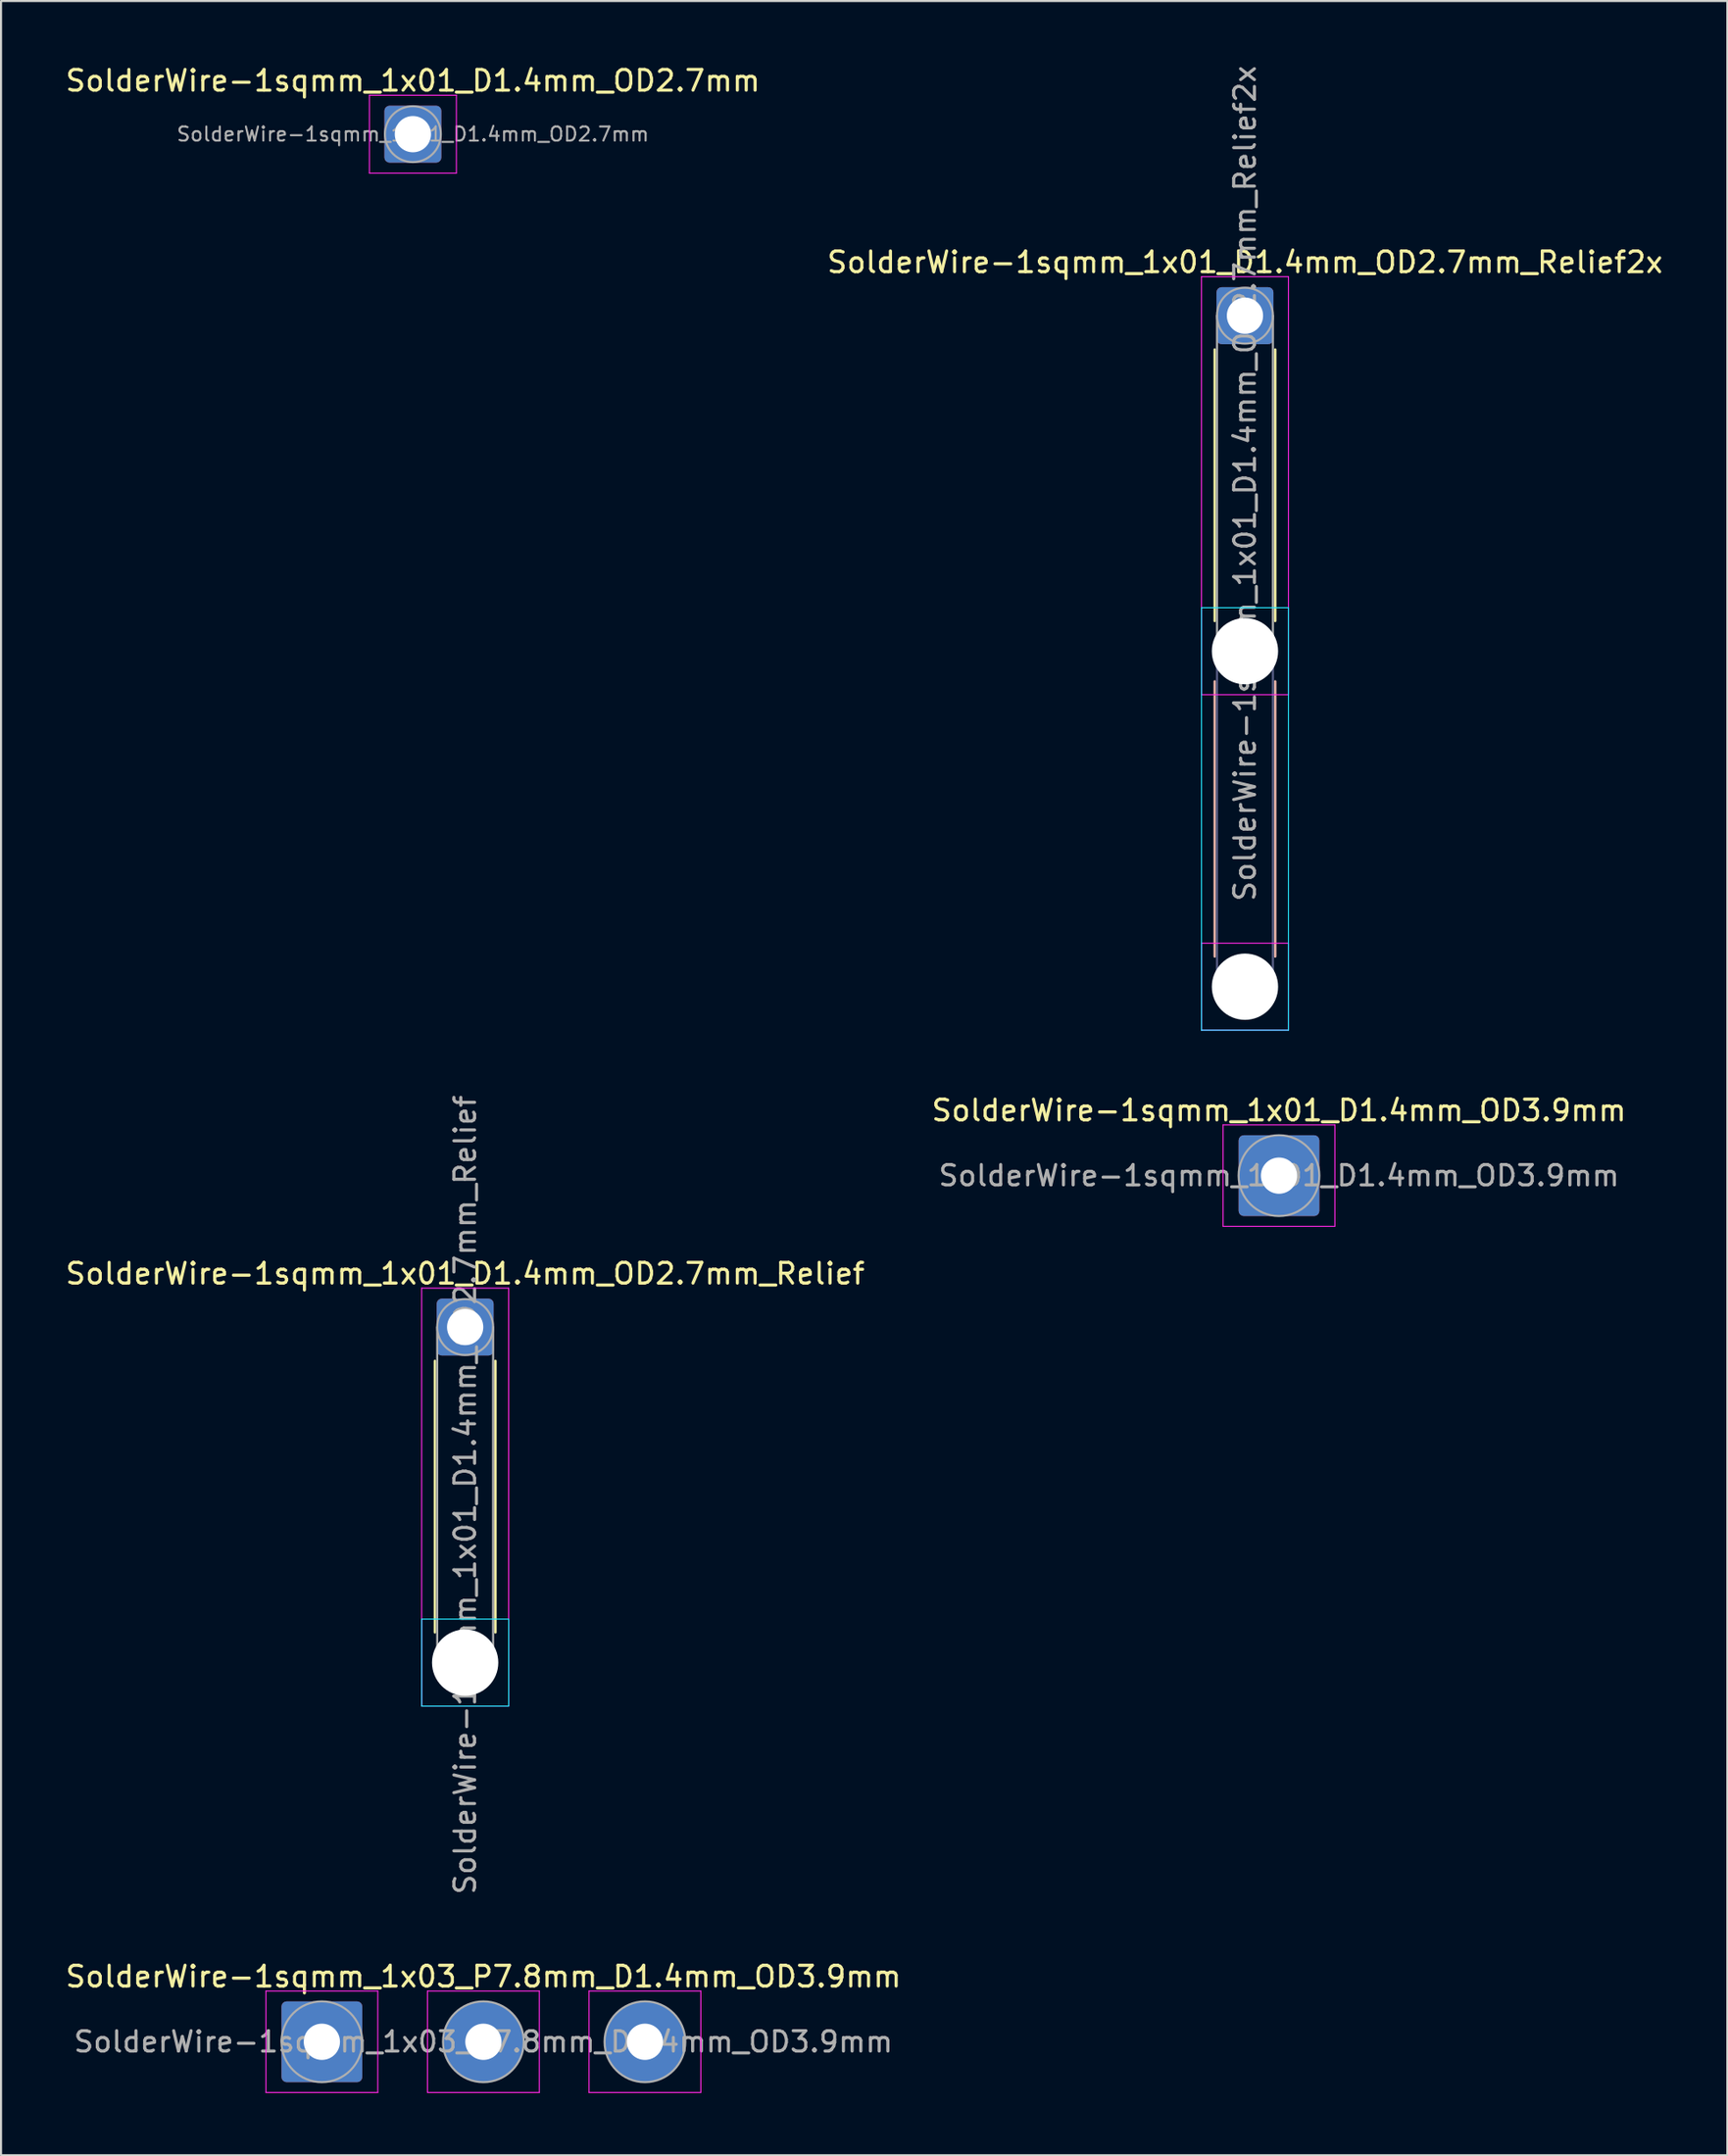
<source format=kicad_pcb>
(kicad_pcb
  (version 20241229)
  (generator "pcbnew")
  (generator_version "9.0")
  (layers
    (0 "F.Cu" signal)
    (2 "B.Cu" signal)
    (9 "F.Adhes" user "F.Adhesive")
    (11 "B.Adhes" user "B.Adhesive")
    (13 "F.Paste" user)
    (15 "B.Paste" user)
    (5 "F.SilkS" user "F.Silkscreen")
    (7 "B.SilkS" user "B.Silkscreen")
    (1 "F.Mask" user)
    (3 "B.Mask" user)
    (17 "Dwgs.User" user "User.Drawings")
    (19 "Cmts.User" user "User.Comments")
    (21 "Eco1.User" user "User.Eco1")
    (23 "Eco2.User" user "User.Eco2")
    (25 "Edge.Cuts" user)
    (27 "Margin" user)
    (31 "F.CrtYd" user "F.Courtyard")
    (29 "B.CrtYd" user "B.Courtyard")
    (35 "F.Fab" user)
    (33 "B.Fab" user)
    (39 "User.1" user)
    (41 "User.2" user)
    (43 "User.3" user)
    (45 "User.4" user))
  (footprint "SolderWire-1sqmm_1x01_D1.4mm_OD3.9mm"
    (layer "F.Cu")
    (at 58.708 53.715)
    (property "Reference" "SolderWire-1sqmm_1x01_D1.4mm_OD3.9mm" (at 0 -3.15 0) (layer "F.SilkS") (effects (font (size 1 1) (thickness 0.15))))
    (attr exclude_from_pos_files exclude_from_bom)
    (fp_line (start -2.7 -2.45) (end -2.7 2.45) (stroke (width 0.05) (type solid)) (layer "F.CrtYd"))
    (fp_line (start -2.7 2.45) (end 2.7 2.45) (stroke (width 0.05) (type solid)) (layer "F.CrtYd"))
    (fp_line (start 2.7 -2.45) (end -2.7 -2.45) (stroke (width 0.05) (type solid)) (layer "F.CrtYd"))
    (fp_line (start 2.7 2.45) (end 2.7 -2.45) (stroke (width 0.05) (type solid)) (layer "F.CrtYd"))
    (fp_circle (center 0 0) (end 1.95 0) (stroke (width 0.1) (type solid)) (fill no) (layer "F.Fab"))
    (fp_text user "${REFERENCE}" (at 0 0 0) (layer "F.Fab") (effects (font (size 0.98 0.98) (thickness 0.15))))
    (pad "1" thru_hole roundrect (at 0 0) (size 3.9 3.9) (drill 1.75) (layers "*.Cu" "*.Mask") (roundrect_rratio 0.064)))
  (footprint "SolderWire-1sqmm_1x03_P7.8mm_D1.4mm_OD3.9mm"
    (layer "F.Cu")
    (at 12.492 95.536)
    (property "Reference" "SolderWire-1sqmm_1x03_P7.8mm_D1.4mm_OD3.9mm" (at 7.8 -3.15 0) (layer "F.SilkS") (effects (font (size 1 1) (thickness 0.15))))
    (attr exclude_from_pos_files exclude_from_bom)
    (fp_line (start -2.7 -2.45) (end -2.7 2.45) (stroke (width 0.05) (type solid)) (layer "F.CrtYd"))
    (fp_line (start -2.7 2.45) (end 2.7 2.45) (stroke (width 0.05) (type solid)) (layer "F.CrtYd"))
    (fp_line (start 2.7 -2.45) (end -2.7 -2.45) (stroke (width 0.05) (type solid)) (layer "F.CrtYd"))
    (fp_line (start 2.7 2.45) (end 2.7 -2.45) (stroke (width 0.05) (type solid)) (layer "F.CrtYd"))
    (fp_line (start 5.1 -2.45) (end 5.1 2.45) (stroke (width 0.05) (type solid)) (layer "F.CrtYd"))
    (fp_line (start 5.1 2.45) (end 10.5 2.45) (stroke (width 0.05) (type solid)) (layer "F.CrtYd"))
    (fp_line (start 10.5 -2.45) (end 5.1 -2.45) (stroke (width 0.05) (type solid)) (layer "F.CrtYd"))
    (fp_line (start 10.5 2.45) (end 10.5 -2.45) (stroke (width 0.05) (type solid)) (layer "F.CrtYd"))
    (fp_line (start 12.9 -2.45) (end 12.9 2.45) (stroke (width 0.05) (type solid)) (layer "F.CrtYd"))
    (fp_line (start 12.9 2.45) (end 18.3 2.45) (stroke (width 0.05) (type solid)) (layer "F.CrtYd"))
    (fp_line (start 18.3 -2.45) (end 12.9 -2.45) (stroke (width 0.05) (type solid)) (layer "F.CrtYd"))
    (fp_line (start 18.3 2.45) (end 18.3 -2.45) (stroke (width 0.05) (type solid)) (layer "F.CrtYd"))
    (fp_circle (center 0 0) (end 1.95 0) (stroke (width 0.1) (type solid)) (fill no) (layer "F.Fab"))
    (fp_circle (center 7.8 0) (end 9.75 0) (stroke (width 0.1) (type solid)) (fill no) (layer "F.Fab"))
    (fp_circle (center 15.6 0) (end 17.55 0) (stroke (width 0.1) (type solid)) (fill no) (layer "F.Fab"))
    (fp_text user "${REFERENCE}" (at 7.8 0 0) (layer "F.Fab") (effects (font (size 0.98 0.98) (thickness 0.15))))
    (pad "1" thru_hole roundrect (at 0 0) (size 3.9 3.9) (drill 1.75) (layers "*.Cu" "*.Mask") (roundrect_rratio 0.064))
    (pad "2" thru_hole circle (at 7.8 0) (size 3.9 3.9) (drill 1.75) (layers "*.Cu" "*.Mask"))
    (pad "3" thru_hole circle (at 15.6 0) (size 3.9 3.9) (drill 1.75) (layers "*.Cu" "*.Mask")))
  (footprint "SolderWire-1sqmm_1x01_D1.4mm_OD2.7mm_Relief"
    (layer "F.Cu")
    (at 19.411 61.027)
    (property "Reference" "SolderWire-1sqmm_1x01_D1.4mm_OD2.7mm_Relief" (at 0 -2.58 0) (layer "F.SilkS") (effects (font (size 1 1) (thickness 0.15))))
    (attr exclude_from_pos_files exclude_from_bom)
    (fp_line (start -1.46 1.635) (end -1.46 14.74) (stroke (width 0.12) (type solid)) (layer "F.SilkS"))
    (fp_line (start 1.46 1.635) (end 1.46 14.74) (stroke (width 0.12) (type solid)) (layer "F.SilkS"))
    (fp_line (start -2.1 14.1) (end -2.1 18.3) (stroke (width 0.05) (type solid)) (layer "B.CrtYd"))
    (fp_line (start -2.1 18.3) (end 2.1 18.3) (stroke (width 0.05) (type solid)) (layer "B.CrtYd"))
    (fp_line (start 2.1 14.1) (end -2.1 14.1) (stroke (width 0.05) (type solid)) (layer "B.CrtYd"))
    (fp_line (start 2.1 18.3) (end 2.1 14.1) (stroke (width 0.05) (type solid)) (layer "B.CrtYd"))
    (fp_line (start -2.1 -1.88) (end -2.1 18.3) (stroke (width 0.05) (type solid)) (layer "F.CrtYd"))
    (fp_line (start -2.1 18.3) (end 2.1 18.3) (stroke (width 0.05) (type solid)) (layer "F.CrtYd"))
    (fp_line (start 2.1 -1.88) (end -2.1 -1.88) (stroke (width 0.05) (type solid)) (layer "F.CrtYd"))
    (fp_line (start 2.1 18.3) (end 2.1 -1.88) (stroke (width 0.05) (type solid)) (layer "F.CrtYd"))
    (fp_line (start -1.35 0) (end -1.35 16.2) (stroke (width 0.1) (type solid)) (layer "F.Fab"))
    (fp_line (start 1.35 0) (end 1.35 16.2) (stroke (width 0.1) (type solid)) (layer "F.Fab"))
    (fp_circle (center 0 0) (end 1.35 0) (stroke (width 0.1) (type solid)) (fill no) (layer "F.Fab"))
    (fp_circle (center 0 16.2) (end 1.35 16.2) (stroke (width 0.1) (type solid)) (fill no) (layer "F.Fab"))
    (fp_text user "${REFERENCE}" (at 0 8.1 90) (layer "F.Fab") (effects (font (size 1 1) (thickness 0.15))))
    (pad "" np_thru_hole circle (at 0 16.2) (size 3.2 3.2) (drill 3.2) (layers "*.Cu" "*.Mask"))
    (pad "1" thru_hole roundrect (at 0 0) (size 2.75 2.75) (drill 1.75) (layers "*.Cu" "*.Mask") (roundrect_rratio 0.091)))
  (footprint "SolderWire-1sqmm_1x01_D1.4mm_OD2.7mm"
    (layer "F.Cu")
    (at 16.887 3.428)
    (property "Reference" "SolderWire-1sqmm_1x01_D1.4mm_OD2.7mm" (at 0 -2.58 0) (layer "F.SilkS") (effects (font (size 1 1) (thickness 0.15))))
    (attr exclude_from_pos_files exclude_from_bom)
    (fp_line (start -2.1 -1.88) (end -2.1 1.88) (stroke (width 0.05) (type solid)) (layer "F.CrtYd"))
    (fp_line (start -2.1 1.88) (end 2.1 1.88) (stroke (width 0.05) (type solid)) (layer "F.CrtYd"))
    (fp_line (start 2.1 -1.88) (end -2.1 -1.88) (stroke (width 0.05) (type solid)) (layer "F.CrtYd"))
    (fp_line (start 2.1 1.88) (end 2.1 -1.88) (stroke (width 0.05) (type solid)) (layer "F.CrtYd"))
    (fp_circle (center 0 0) (end 1.35 0) (stroke (width 0.1) (type solid)) (fill no) (layer "F.Fab"))
    (fp_text user "${REFERENCE}" (at 0 0 0) (layer "F.Fab") (effects (font (size 0.68 0.68) (thickness 0.1))))
    (pad "1" thru_hole roundrect (at 0 0) (size 2.75 2.75) (drill 1.75) (layers "*.Cu" "*.Mask") (roundrect_rratio 0.091)))
  (footprint "SolderWire-1sqmm_1x01_D1.4mm_OD2.7mm_Relief2x"
    (layer "F.Cu")
    (at 57.065 12.192)
    (property "Reference" "SolderWire-1sqmm_1x01_D1.4mm_OD2.7mm_Relief2x" (at 0 -2.58 0) (layer "F.SilkS") (effects (font (size 1 1) (thickness 0.15))))
    (attr exclude_from_pos_files exclude_from_bom)
    (fp_line (start -1.46 1.635) (end -1.46 14.74) (stroke (width 0.12) (type solid)) (layer "F.SilkS"))
    (fp_line (start 1.46 1.635) (end 1.46 14.74) (stroke (width 0.12) (type solid)) (layer "F.SilkS"))
    (fp_line (start -1.46 17.66) (end -1.46 30.94) (stroke (width 0.12) (type solid)) (layer "B.SilkS"))
    (fp_line (start 1.46 17.66) (end 1.46 30.94) (stroke (width 0.12) (type solid)) (layer "B.SilkS"))
    (fp_line (start -2.1 14.1) (end -2.1 34.5) (stroke (width 0.05) (type solid)) (layer "B.CrtYd"))
    (fp_line (start -2.1 34.5) (end 2.1 34.5) (stroke (width 0.05) (type solid)) (layer "B.CrtYd"))
    (fp_line (start 2.1 14.1) (end -2.1 14.1) (stroke (width 0.05) (type solid)) (layer "B.CrtYd"))
    (fp_line (start 2.1 34.5) (end 2.1 14.1) (stroke (width 0.05) (type solid)) (layer "B.CrtYd"))
    (fp_line (start -2.1 -1.88) (end -2.1 18.3) (stroke (width 0.05) (type solid)) (layer "F.CrtYd"))
    (fp_line (start -2.1 18.3) (end 2.1 18.3) (stroke (width 0.05) (type solid)) (layer "F.CrtYd"))
    (fp_line (start -2.1 30.3) (end -2.1 34.5) (stroke (width 0.05) (type solid)) (layer "F.CrtYd"))
    (fp_line (start -2.1 34.5) (end 2.1 34.5) (stroke (width 0.05) (type solid)) (layer "F.CrtYd"))
    (fp_line (start 2.1 -1.88) (end -2.1 -1.88) (stroke (width 0.05) (type solid)) (layer "F.CrtYd"))
    (fp_line (start 2.1 18.3) (end 2.1 -1.88) (stroke (width 0.05) (type solid)) (layer "F.CrtYd"))
    (fp_line (start 2.1 30.3) (end -2.1 30.3) (stroke (width 0.05) (type solid)) (layer "F.CrtYd"))
    (fp_line (start 2.1 34.5) (end 2.1 30.3) (stroke (width 0.05) (type solid)) (layer "F.CrtYd"))
    (fp_line (start -1.35 16.2) (end -1.35 32.4) (stroke (width 0.1) (type solid)) (layer "B.Fab"))
    (fp_line (start 1.35 16.2) (end 1.35 32.4) (stroke (width 0.1) (type solid)) (layer "B.Fab"))
    (fp_circle (center 0 16.2) (end 1.35 16.2) (stroke (width 0.1) (type solid)) (fill no) (layer "B.Fab"))
    (fp_circle (center 0 32.4) (end 1.35 32.4) (stroke (width 0.1) (type solid)) (fill no) (layer "B.Fab"))
    (fp_line (start -1.35 0) (end -1.35 16.2) (stroke (width 0.1) (type solid)) (layer "F.Fab"))
    (fp_line (start 1.35 0) (end 1.35 16.2) (stroke (width 0.1) (type solid)) (layer "F.Fab"))
    (fp_circle (center 0 0) (end 1.35 0) (stroke (width 0.1) (type solid)) (fill no) (layer "F.Fab"))
    (fp_circle (center 0 16.2) (end 1.35 16.2) (stroke (width 0.1) (type solid)) (fill no) (layer "F.Fab"))
    (fp_circle (center 0 32.4) (end 1.35 32.4) (stroke (width 0.1) (type solid)) (fill no) (layer "F.Fab"))
    (fp_text user "${REFERENCE}" (at 0 8.1 90) (layer "F.Fab") (effects (font (size 1 1) (thickness 0.15))))
    (pad "" np_thru_hole circle (at 0 16.2) (size 3.2 3.2) (drill 3.2) (layers "*.Cu" "*.Mask"))
    (pad "" np_thru_hole circle (at 0 32.4) (size 3.2 3.2) (drill 3.2) (layers "*.Cu" "*.Mask"))
    (pad "1" thru_hole roundrect (at 0 0) (size 2.75 2.75) (drill 1.75) (layers "*.Cu" "*.Mask") (roundrect_rratio 0.091)))
  (gr_rect
    (start -3 -3)
    (end 80.357 101.011)
    (stroke (width 0.1) (type default))
    (fill no)
    (layer "Edge.Cuts")))
</source>
